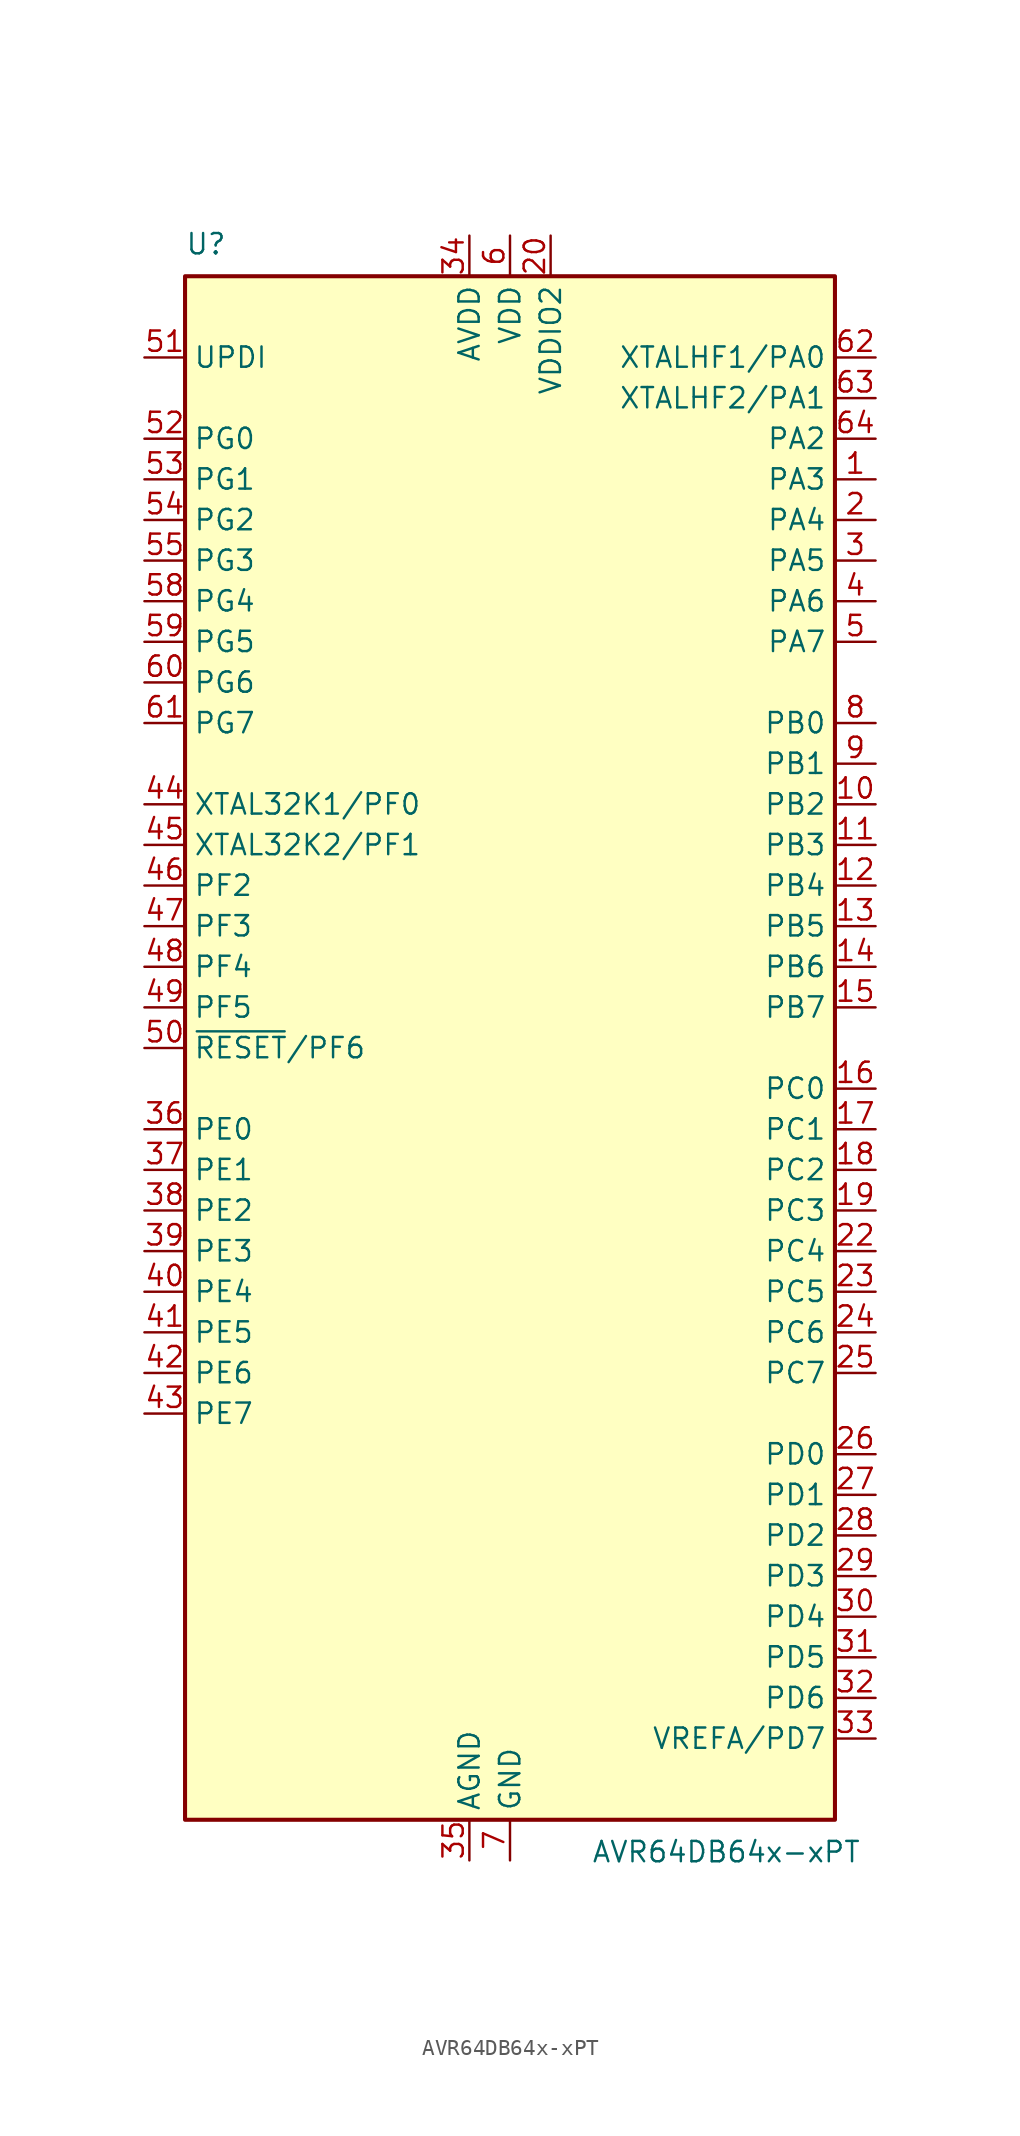
<source format=kicad_sym>
(kicad_symbol_lib
  (version 20211014)
  (generator kicad_symbol_editor)
  (symbol "AVR64DB64x-xPT"
    (property "Reference" "U"
      (at -20.32 49.53 0)
      (effects (font (size 1.27 1.27)) (justify left bottom)))
    (property "Value" "AVR64DB64x-xPT"
      (at 5.08 -49.53 0)
      (effects (font (size 1.27 1.27)) (justify left top)))
    (symbol "AVR64DB64x-xPT_0_1"
      (rectangle (start -20.32 48.26) (end 20.32 -48.26) (stroke (width 0.254) (type default) (color 0 0 0 0)) (fill (type background))))
    (symbol "AVR64DB64x-xPT_1_1"
      (pin bidirectional line (at 22.86 43.18 180) (length 2.54) (name "XTALHF1/PA0" (effects (font (size 1.27 1.27)))) (number "62" (effects (font (size 1.27 1.27)))))
      (pin bidirectional line (at 22.86 40.64 180) (length 2.54) (name "XTALHF2/PA1" (effects (font (size 1.27 1.27)))) (number "63" (effects (font (size 1.27 1.27)))))
      (pin bidirectional line (at 22.86 38.1 180) (length 2.54) (name "PA2" (effects (font (size 1.27 1.27)))) (number "64" (effects (font (size 1.27 1.27)))))
      (pin bidirectional line (at 22.86 35.56 180) (length 2.54) (name "PA3" (effects (font (size 1.27 1.27)))) (number "1" (effects (font (size 1.27 1.27)))))
      (pin bidirectional line (at 22.86 33.02 180) (length 2.54) (name "PA4" (effects (font (size 1.27 1.27)))) (number "2" (effects (font (size 1.27 1.27)))))
      (pin bidirectional line (at 22.86 30.48 180) (length 2.54) (name "PA5" (effects (font (size 1.27 1.27)))) (number "3" (effects (font (size 1.27 1.27)))))
      (pin bidirectional line (at 22.86 27.94 180) (length 2.54) (name "PA6" (effects (font (size 1.27 1.27)))) (number "4" (effects (font (size 1.27 1.27)))))
      (pin bidirectional line (at 22.86 25.4 180) (length 2.54) (name "PA7" (effects (font (size 1.27 1.27)))) (number "5" (effects (font (size 1.27 1.27)))))
      (pin bidirectional line (at 22.86 20.32 180) (length 2.54) (name "PB0" (effects (font (size 1.27 1.27)))) (number "8" (effects (font (size 1.27 1.27)))))
      (pin bidirectional line (at 22.86 17.78 180) (length 2.54) (name "PB1" (effects (font (size 1.27 1.27)))) (number "9" (effects (font (size 1.27 1.27)))))
      (pin bidirectional line (at 22.86 15.24 180) (length 2.54) (name "PB2" (effects (font (size 1.27 1.27)))) (number "10" (effects (font (size 1.27 1.27)))))
      (pin bidirectional line (at 22.86 12.7 180) (length 2.54) (name "PB3" (effects (font (size 1.27 1.27)))) (number "11" (effects (font (size 1.27 1.27)))))
      (pin bidirectional line (at 22.86 10.16 180) (length 2.54) (name "PB4" (effects (font (size 1.27 1.27)))) (number "12" (effects (font (size 1.27 1.27)))))
      (pin bidirectional line (at 22.86 7.62 180) (length 2.54) (name "PB5" (effects (font (size 1.27 1.27)))) (number "13" (effects (font (size 1.27 1.27)))))
      (pin bidirectional line (at 22.86 5.08 180) (length 2.54) (name "PB6" (effects (font (size 1.27 1.27)))) (number "14" (effects (font (size 1.27 1.27)))))
      (pin bidirectional line (at 22.86 2.54 180) (length 2.54) (name "PB7" (effects (font (size 1.27 1.27)))) (number "15" (effects (font (size 1.27 1.27)))))
      (pin bidirectional line (at 22.86 -2.54 180) (length 2.54) (name "PC0" (effects (font (size 1.27 1.27)))) (number "16" (effects (font (size 1.27 1.27)))))
      (pin bidirectional line (at 22.86 -5.08 180) (length 2.54) (name "PC1" (effects (font (size 1.27 1.27)))) (number "17" (effects (font (size 1.27 1.27)))))
      (pin bidirectional line (at 22.86 -7.62 180) (length 2.54) (name "PC2" (effects (font (size 1.27 1.27)))) (number "18" (effects (font (size 1.27 1.27)))))
      (pin bidirectional line (at 22.86 -10.16 180) (length 2.54) (name "PC3" (effects (font (size 1.27 1.27)))) (number "19" (effects (font (size 1.27 1.27)))))
      (pin bidirectional line (at 22.86 -12.7 180) (length 2.54) (name "PC4" (effects (font (size 1.27 1.27)))) (number "22" (effects (font (size 1.27 1.27)))))
      (pin bidirectional line (at 22.86 -15.24 180) (length 2.54) (name "PC5" (effects (font (size 1.27 1.27)))) (number "23" (effects (font (size 1.27 1.27)))))
      (pin bidirectional line (at 22.86 -17.78 180) (length 2.54) (name "PC6" (effects (font (size 1.27 1.27)))) (number "24" (effects (font (size 1.27 1.27)))))
      (pin bidirectional line (at 22.86 -20.32 180) (length 2.54) (name "PC7" (effects (font (size 1.27 1.27)))) (number "25" (effects (font (size 1.27 1.27)))))
      (pin bidirectional line (at 22.86 -25.4 180) (length 2.54) (name "PD0" (effects (font (size 1.27 1.27)))) (number "26" (effects (font (size 1.27 1.27)))))
      (pin bidirectional line (at 22.86 -27.94 180) (length 2.54) (name "PD1" (effects (font (size 1.27 1.27)))) (number "27" (effects (font (size 1.27 1.27)))))
      (pin bidirectional line (at 22.86 -30.48 180) (length 2.54) (name "PD2" (effects (font (size 1.27 1.27)))) (number "28" (effects (font (size 1.27 1.27)))))
      (pin bidirectional line (at 22.86 -33.02 180) (length 2.54) (name "PD3" (effects (font (size 1.27 1.27)))) (number "29" (effects (font (size 1.27 1.27)))))
      (pin bidirectional line (at 22.86 -35.56 180) (length 2.54) (name "PD4" (effects (font (size 1.27 1.27)))) (number "30" (effects (font (size 1.27 1.27)))))
      (pin bidirectional line (at 22.86 -38.1 180) (length 2.54) (name "PD5" (effects (font (size 1.27 1.27)))) (number "31" (effects (font (size 1.27 1.27)))))
      (pin bidirectional line (at 22.86 -40.64 180) (length 2.54) (name "PD6" (effects (font (size 1.27 1.27)))) (number "32" (effects (font (size 1.27 1.27)))))
      (pin bidirectional line (at 22.86 -43.18 180) (length 2.54) (name "VREFA/PD7" (effects (font (size 1.27 1.27)))) (number "33" (effects (font (size 1.27 1.27)))))
      (pin input line (at -22.86 43.18 0) (length 2.54) (name "UPDI" (effects (font (size 1.27 1.27)))) (number "51" (effects (font (size 1.27 1.27)))))
      (pin bidirectional line (at -22.86 38.1 0) (length 2.54) (name "PG0" (effects (font (size 1.27 1.27)))) (number "52" (effects (font (size 1.27 1.27)))))
      (pin bidirectional line (at -22.86 35.56 0) (length 2.54) (name "PG1" (effects (font (size 1.27 1.27)))) (number "53" (effects (font (size 1.27 1.27)))))
      (pin bidirectional line (at -22.86 33.02 0) (length 2.54) (name "PG2" (effects (font (size 1.27 1.27)))) (number "54" (effects (font (size 1.27 1.27)))))
      (pin bidirectional line (at -22.86 30.48 0) (length 2.54) (name "PG3" (effects (font (size 1.27 1.27)))) (number "55" (effects (font (size 1.27 1.27)))))
      (pin bidirectional line (at -22.86 27.94 0) (length 2.54) (name "PG4" (effects (font (size 1.27 1.27)))) (number "58" (effects (font (size 1.27 1.27)))))
      (pin bidirectional line (at -22.86 25.4 0) (length 2.54) (name "PG5" (effects (font (size 1.27 1.27)))) (number "59" (effects (font (size 1.27 1.27)))))
      (pin bidirectional line (at -22.86 22.86 0) (length 2.54) (name "PG6" (effects (font (size 1.27 1.27)))) (number "60" (effects (font (size 1.27 1.27)))))
      (pin bidirectional line (at -22.86 20.32 0) (length 2.54) (name "PG7" (effects (font (size 1.27 1.27)))) (number "61" (effects (font (size 1.27 1.27)))))
      (pin bidirectional line (at -22.86 15.24 0) (length 2.54) (name "XTAL32K1/PF0" (effects (font (size 1.27 1.27)))) (number "44" (effects (font (size 1.27 1.27)))))
      (pin bidirectional line (at -22.86 12.7 0) (length 2.54) (name "XTAL32K2/PF1" (effects (font (size 1.27 1.27)))) (number "45" (effects (font (size 1.27 1.27)))))
      (pin bidirectional line (at -22.86 10.16 0) (length 2.54) (name "PF2" (effects (font (size 1.27 1.27)))) (number "46" (effects (font (size 1.27 1.27)))))
      (pin bidirectional line (at -22.86 7.62 0) (length 2.54) (name "PF3" (effects (font (size 1.27 1.27)))) (number "47" (effects (font (size 1.27 1.27)))))
      (pin bidirectional line (at -22.86 5.08 0) (length 2.54) (name "PF4" (effects (font (size 1.27 1.27)))) (number "48" (effects (font (size 1.27 1.27)))))
      (pin bidirectional line (at -22.86 2.54 0) (length 2.54) (name "PF5" (effects (font (size 1.27 1.27)))) (number "49" (effects (font (size 1.27 1.27)))))
      (pin bidirectional line (at -22.86 0 0) (length 2.54) (name "~{RESET}/PF6" (effects (font (size 1.27 1.27)))) (number "50" (effects (font (size 1.27 1.27)))))
      (pin bidirectional line (at -22.86 -5.08 0) (length 2.54) (name "PE0" (effects (font (size 1.27 1.27)))) (number "36" (effects (font (size 1.27 1.27)))))
      (pin bidirectional line (at -22.86 -7.62 0) (length 2.54) (name "PE1" (effects (font (size 1.27 1.27)))) (number "37" (effects (font (size 1.27 1.27)))))
      (pin bidirectional line (at -22.86 -10.16 0) (length 2.54) (name "PE2" (effects (font (size 1.27 1.27)))) (number "38" (effects (font (size 1.27 1.27)))))
      (pin bidirectional line (at -22.86 -12.7 0) (length 2.54) (name "PE3" (effects (font (size 1.27 1.27)))) (number "39" (effects (font (size 1.27 1.27)))))
      (pin bidirectional line (at -22.86 -15.24 0) (length 2.54) (name "PE4" (effects (font (size 1.27 1.27)))) (number "40" (effects (font (size 1.27 1.27)))))
      (pin bidirectional line (at -22.86 -17.78 0) (length 2.54) (name "PE5" (effects (font (size 1.27 1.27)))) (number "41" (effects (font (size 1.27 1.27)))))
      (pin bidirectional line (at -22.86 -20.32 0) (length 2.54) (name "PE6" (effects (font (size 1.27 1.27)))) (number "42" (effects (font (size 1.27 1.27)))))
      (pin bidirectional line (at -22.86 -22.86 0) (length 2.54) (name "PE7" (effects (font (size 1.27 1.27)))) (number "43" (effects (font (size 1.27 1.27)))))
      (pin power_in line (at -2.54 50.8 270) (length 2.54) (name "AVDD" (effects (font (size 1.27 1.27)))) (number "34" (effects (font (size 1.27 1.27)))))
      (pin power_in line (at 0 50.8 270) (length 2.54) (name "VDD" (effects (font (size 1.27 1.27)))) (number "6" (effects (font (size 1.27 1.27)))))
      (pin passive line (at 0 50.8 270) (length 2.54) hide (name "VDD" (effects (font (size 1.27 1.27)))) (number "56" (effects (font (size 1.27 1.27)))))
      (pin power_in line (at 2.54 50.8 270) (length 2.54) (name "VDDIO2" (effects (font (size 1.27 1.27)))) (number "20" (effects (font (size 1.27 1.27)))))
      (pin power_in line (at -2.54 -50.8 90) (length 2.54) (name "AGND" (effects (font (size 1.27 1.27)))) (number "35" (effects (font (size 1.27 1.27)))))
      (pin power_in line (at 0 -50.8 90) (length 2.54) (name "GND" (effects (font (size 1.27 1.27)))) (number "7" (effects (font (size 1.27 1.27)))))
      (pin passive line (at 0 -50.8 90) (length 2.54) hide (name "GND" (effects (font (size 1.27 1.27)))) (number "21" (effects (font (size 1.27 1.27)))))
      (pin passive line (at 0 -50.8 90) (length 2.54) hide (name "GND" (effects (font (size 1.27 1.27)))) (number "57" (effects (font (size 1.27 1.27))))))))
</source>
